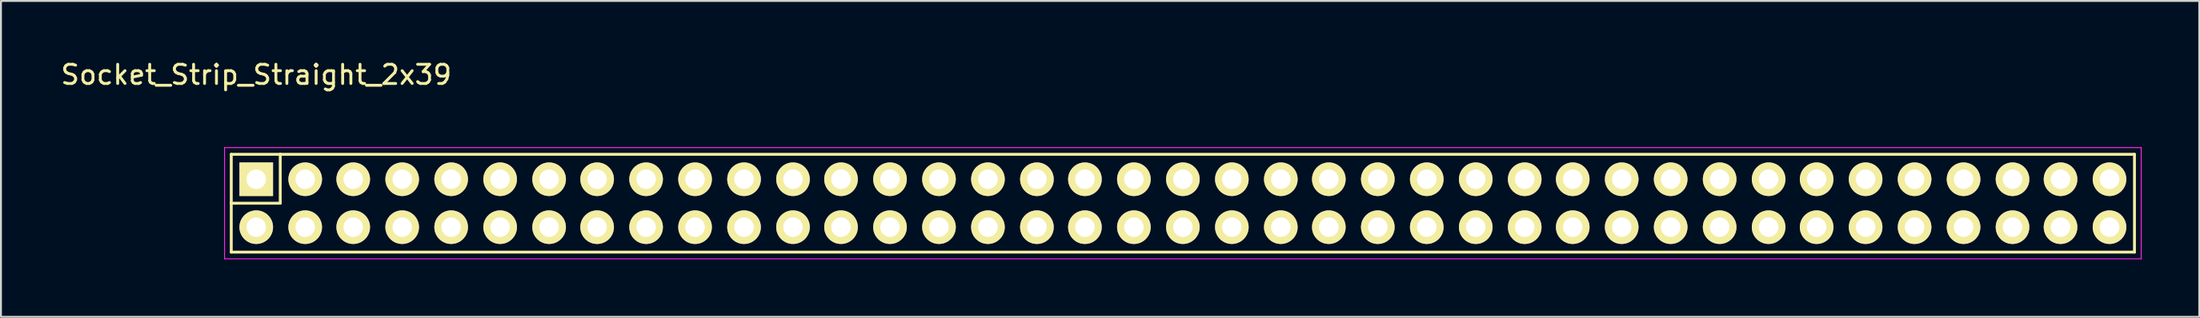
<source format=kicad_pcb>
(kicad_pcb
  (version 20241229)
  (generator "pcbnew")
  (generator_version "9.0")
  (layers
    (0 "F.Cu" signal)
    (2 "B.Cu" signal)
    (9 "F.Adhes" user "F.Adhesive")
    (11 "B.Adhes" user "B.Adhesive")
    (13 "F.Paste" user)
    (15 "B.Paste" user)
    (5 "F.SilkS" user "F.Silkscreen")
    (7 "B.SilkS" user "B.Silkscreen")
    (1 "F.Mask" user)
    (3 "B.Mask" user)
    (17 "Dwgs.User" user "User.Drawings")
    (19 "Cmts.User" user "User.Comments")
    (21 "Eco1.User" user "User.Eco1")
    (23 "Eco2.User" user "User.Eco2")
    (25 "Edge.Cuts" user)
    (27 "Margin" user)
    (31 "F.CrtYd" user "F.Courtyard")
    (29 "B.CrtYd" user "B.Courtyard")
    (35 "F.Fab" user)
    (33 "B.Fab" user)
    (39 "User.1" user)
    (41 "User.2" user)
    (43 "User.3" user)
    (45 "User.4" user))
  (footprint "Socket_Strip_Straight_2x39"
    (layer "F.Cu")
    (at 10.292 6.298)
    (property "Reference" "Socket_Strip_Straight_2x39" (at 0 -5.45 0) (layer "F.SilkS") (effects (font (size 1 1) (thickness 0.15))))
    (attr through_hole)
    (fp_line (start -1.3 -1.3) (end -1.3 1.25) (stroke (width 0.15) (type solid)) (layer "F.SilkS"))
    (fp_line (start -1.3 -1.3) (end 1.25 -1.3) (stroke (width 0.15) (type solid)) (layer "F.SilkS"))
    (fp_line (start -1.3 1.25) (end 1.25 1.25) (stroke (width 0.15) (type solid)) (layer "F.SilkS"))
    (fp_line (start -1.3 3.8) (end -1.3 1.25) (stroke (width 0.15) (type solid)) (layer "F.SilkS"))
    (fp_line (start -1.3 3.8) (end 97.8 3.8) (stroke (width 0.15) (type solid)) (layer "F.SilkS"))
    (fp_line (start 1.25 1.25) (end 1.25 -1.3) (stroke (width 0.15) (type solid)) (layer "F.SilkS"))
    (fp_line (start 97.8 -1.3) (end 1.25 -1.3) (stroke (width 0.15) (type solid)) (layer "F.SilkS"))
    (fp_line (start 97.8 3.8) (end 97.8 -1.3) (stroke (width 0.15) (type solid)) (layer "F.SilkS"))
    (fp_line (start -1.65 -1.65) (end -1.65 4.15) (stroke (width 0.05) (type solid)) (layer "F.CrtYd"))
    (fp_line (start -1.65 -1.65) (end 98.15 -1.65) (stroke (width 0.05) (type solid)) (layer "F.CrtYd"))
    (fp_line (start -1.65 4.15) (end 98.15 4.15) (stroke (width 0.05) (type solid)) (layer "F.CrtYd"))
    (fp_line (start 98.15 -1.65) (end 98.15 4.15) (stroke (width 0.05) (type solid)) (layer "F.CrtYd"))
    (pad "1" thru_hole rect (at 0 0) (size 1.75 1.75) (drill 1.016) (layers "*.Cu" "*.Mask" "F.SilkS"))
    (pad "2" thru_hole oval (at 0 2.5) (size 1.75 1.75) (drill 1.016) (layers "*.Cu" "*.Mask" "F.SilkS"))
    (pad "3" thru_hole oval (at 2.55 0) (size 1.75 1.75) (drill 1.016) (layers "*.Cu" "*.Mask" "F.SilkS"))
    (pad "4" thru_hole oval (at 2.55 2.5) (size 1.75 1.75) (drill 1.016) (layers "*.Cu" "*.Mask" "F.SilkS"))
    (pad "5" thru_hole oval (at 5.05 0) (size 1.75 1.75) (drill 1.016) (layers "*.Cu" "*.Mask" "F.SilkS"))
    (pad "6" thru_hole oval (at 5.05 2.5) (size 1.75 1.75) (drill 1.016) (layers "*.Cu" "*.Mask" "F.SilkS"))
    (pad "7" thru_hole oval (at 7.6 0) (size 1.75 1.75) (drill 1.016) (layers "*.Cu" "*.Mask" "F.SilkS"))
    (pad "8" thru_hole oval (at 7.6 2.5) (size 1.75 1.75) (drill 1.016) (layers "*.Cu" "*.Mask" "F.SilkS"))
    (pad "9" thru_hole oval (at 10.15 0) (size 1.75 1.75) (drill 1.016) (layers "*.Cu" "*.Mask" "F.SilkS"))
    (pad "10" thru_hole oval (at 10.15 2.5) (size 1.75 1.75) (drill 1.016) (layers "*.Cu" "*.Mask" "F.SilkS"))
    (pad "11" thru_hole oval (at 12.7 0) (size 1.75 1.75) (drill 1.016) (layers "*.Cu" "*.Mask" "F.SilkS"))
    (pad "12" thru_hole oval (at 12.7 2.5) (size 1.75 1.75) (drill 1.016) (layers "*.Cu" "*.Mask" "F.SilkS"))
    (pad "13" thru_hole oval (at 15.25 0) (size 1.75 1.75) (drill 1.016) (layers "*.Cu" "*.Mask" "F.SilkS"))
    (pad "14" thru_hole oval (at 15.25 2.5) (size 1.75 1.75) (drill 1.016) (layers "*.Cu" "*.Mask" "F.SilkS"))
    (pad "15" thru_hole oval (at 17.75 0) (size 1.75 1.75) (drill 1.016) (layers "*.Cu" "*.Mask" "F.SilkS"))
    (pad "16" thru_hole oval (at 17.75 2.5) (size 1.75 1.75) (drill 1.016) (layers "*.Cu" "*.Mask" "F.SilkS"))
    (pad "17" thru_hole oval (at 20.3 0) (size 1.75 1.75) (drill 1.016) (layers "*.Cu" "*.Mask" "F.SilkS"))
    (pad "18" thru_hole oval (at 20.3 2.5) (size 1.75 1.75) (drill 1.016) (layers "*.Cu" "*.Mask" "F.SilkS"))
    (pad "19" thru_hole oval (at 22.85 0) (size 1.75 1.75) (drill 1.016) (layers "*.Cu" "*.Mask" "F.SilkS"))
    (pad "20" thru_hole oval (at 22.85 2.5) (size 1.75 1.75) (drill 1.016) (layers "*.Cu" "*.Mask" "F.SilkS"))
    (pad "21" thru_hole oval (at 25.4 0) (size 1.75 1.75) (drill 1.016) (layers "*.Cu" "*.Mask" "F.SilkS"))
    (pad "22" thru_hole oval (at 25.4 2.5) (size 1.75 1.75) (drill 1.016) (layers "*.Cu" "*.Mask" "F.SilkS"))
    (pad "23" thru_hole oval (at 27.95 0) (size 1.75 1.75) (drill 1.016) (layers "*.Cu" "*.Mask" "F.SilkS"))
    (pad "24" thru_hole oval (at 27.95 2.5) (size 1.75 1.75) (drill 1.016) (layers "*.Cu" "*.Mask" "F.SilkS"))
    (pad "25" thru_hole oval (at 30.45 0) (size 1.75 1.75) (drill 1.016) (layers "*.Cu" "*.Mask" "F.SilkS"))
    (pad "26" thru_hole oval (at 30.45 2.5) (size 1.75 1.75) (drill 1.016) (layers "*.Cu" "*.Mask" "F.SilkS"))
    (pad "27" thru_hole oval (at 33 0) (size 1.75 1.75) (drill 1.016) (layers "*.Cu" "*.Mask" "F.SilkS"))
    (pad "28" thru_hole oval (at 33 2.5) (size 1.75 1.75) (drill 1.016) (layers "*.Cu" "*.Mask" "F.SilkS"))
    (pad "29" thru_hole oval (at 35.55 0) (size 1.75 1.75) (drill 1.016) (layers "*.Cu" "*.Mask" "F.SilkS"))
    (pad "30" thru_hole oval (at 35.55 2.5) (size 1.75 1.75) (drill 1.016) (layers "*.Cu" "*.Mask" "F.SilkS"))
    (pad "31" thru_hole oval (at 38.1 0) (size 1.75 1.75) (drill 1.016) (layers "*.Cu" "*.Mask" "F.SilkS"))
    (pad "32" thru_hole oval (at 38.1 2.5) (size 1.75 1.75) (drill 1.016) (layers "*.Cu" "*.Mask" "F.SilkS"))
    (pad "33" thru_hole oval (at 40.65 0) (size 1.75 1.75) (drill 1.016) (layers "*.Cu" "*.Mask" "F.SilkS"))
    (pad "34" thru_hole oval (at 40.65 2.5) (size 1.75 1.75) (drill 1.016) (layers "*.Cu" "*.Mask" "F.SilkS"))
    (pad "35" thru_hole oval (at 43.15 0) (size 1.75 1.75) (drill 1.016) (layers "*.Cu" "*.Mask" "F.SilkS"))
    (pad "36" thru_hole oval (at 43.15 2.5) (size 1.75 1.75) (drill 1.016) (layers "*.Cu" "*.Mask" "F.SilkS"))
    (pad "37" thru_hole oval (at 45.7 0) (size 1.75 1.75) (drill 1.016) (layers "*.Cu" "*.Mask" "F.SilkS"))
    (pad "38" thru_hole oval (at 45.7 2.5) (size 1.75 1.75) (drill 1.016) (layers "*.Cu" "*.Mask" "F.SilkS"))
    (pad "39" thru_hole oval (at 48.25 0) (size 1.75 1.75) (drill 1.016) (layers "*.Cu" "*.Mask" "F.SilkS"))
    (pad "40" thru_hole oval (at 48.25 2.5) (size 1.75 1.75) (drill 1.016) (layers "*.Cu" "*.Mask" "F.SilkS"))
    (pad "41" thru_hole oval (at 50.8 0) (size 1.75 1.75) (drill 1.016) (layers "*.Cu" "*.Mask" "F.SilkS"))
    (pad "42" thru_hole oval (at 50.8 2.5) (size 1.75 1.75) (drill 1.016) (layers "*.Cu" "*.Mask" "F.SilkS"))
    (pad "43" thru_hole oval (at 53.35 0) (size 1.75 1.75) (drill 1.016) (layers "*.Cu" "*.Mask" "F.SilkS"))
    (pad "44" thru_hole oval (at 53.35 2.5) (size 1.75 1.75) (drill 1.016) (layers "*.Cu" "*.Mask" "F.SilkS"))
    (pad "45" thru_hole oval (at 55.85 0) (size 1.75 1.75) (drill 1.016) (layers "*.Cu" "*.Mask" "F.SilkS"))
    (pad "46" thru_hole oval (at 55.85 2.5) (size 1.75 1.75) (drill 1.016) (layers "*.Cu" "*.Mask" "F.SilkS"))
    (pad "47" thru_hole oval (at 58.4 0) (size 1.75 1.75) (drill 1.016) (layers "*.Cu" "*.Mask" "F.SilkS"))
    (pad "48" thru_hole oval (at 58.4 2.5) (size 1.75 1.75) (drill 1.016) (layers "*.Cu" "*.Mask" "F.SilkS"))
    (pad "49" thru_hole oval (at 60.95 0) (size 1.75 1.75) (drill 1.016) (layers "*.Cu" "*.Mask" "F.SilkS"))
    (pad "50" thru_hole oval (at 60.95 2.5) (size 1.75 1.75) (drill 1.016) (layers "*.Cu" "*.Mask" "F.SilkS"))
    (pad "51" thru_hole oval (at 63.5 0) (size 1.75 1.75) (drill 1.016) (layers "*.Cu" "*.Mask" "F.SilkS"))
    (pad "52" thru_hole oval (at 63.5 2.5) (size 1.75 1.75) (drill 1.016) (layers "*.Cu" "*.Mask" "F.SilkS"))
    (pad "53" thru_hole oval (at 66.05 0) (size 1.75 1.75) (drill 1.016) (layers "*.Cu" "*.Mask" "F.SilkS"))
    (pad "54" thru_hole oval (at 66.05 2.5) (size 1.75 1.75) (drill 1.016) (layers "*.Cu" "*.Mask" "F.SilkS"))
    (pad "55" thru_hole oval (at 68.55 0) (size 1.75 1.75) (drill 1.016) (layers "*.Cu" "*.Mask" "F.SilkS"))
    (pad "56" thru_hole oval (at 68.55 2.5) (size 1.75 1.75) (drill 1.016) (layers "*.Cu" "*.Mask" "F.SilkS"))
    (pad "57" thru_hole oval (at 71.1 0) (size 1.75 1.75) (drill 1.016) (layers "*.Cu" "*.Mask" "F.SilkS"))
    (pad "58" thru_hole oval (at 71.1 2.5) (size 1.75 1.75) (drill 1.016) (layers "*.Cu" "*.Mask" "F.SilkS"))
    (pad "59" thru_hole oval (at 73.65 0) (size 1.75 1.75) (drill 1.016) (layers "*.Cu" "*.Mask" "F.SilkS"))
    (pad "60" thru_hole oval (at 73.65 2.5) (size 1.75 1.75) (drill 1.016) (layers "*.Cu" "*.Mask" "F.SilkS"))
    (pad "61" thru_hole oval (at 76.2 0) (size 1.75 1.75) (drill 1.016) (layers "*.Cu" "*.Mask" "F.SilkS"))
    (pad "62" thru_hole oval (at 76.2 2.5) (size 1.75 1.75) (drill 1.016) (layers "*.Cu" "*.Mask" "F.SilkS"))
    (pad "63" thru_hole oval (at 78.75 0) (size 1.75 1.75) (drill 1.016) (layers "*.Cu" "*.Mask" "F.SilkS"))
    (pad "64" thru_hole oval (at 78.75 2.5) (size 1.75 1.75) (drill 1.016) (layers "*.Cu" "*.Mask" "F.SilkS"))
    (pad "65" thru_hole oval (at 81.25 0) (size 1.75 1.75) (drill 1.016) (layers "*.Cu" "*.Mask" "F.SilkS"))
    (pad "66" thru_hole oval (at 81.25 2.5) (size 1.75 1.75) (drill 1.016) (layers "*.Cu" "*.Mask" "F.SilkS"))
    (pad "67" thru_hole oval (at 83.8 0) (size 1.75 1.75) (drill 1.016) (layers "*.Cu" "*.Mask" "F.SilkS"))
    (pad "68" thru_hole oval (at 83.8 2.5) (size 1.75 1.75) (drill 1.016) (layers "*.Cu" "*.Mask" "F.SilkS"))
    (pad "69" thru_hole oval (at 86.35 0) (size 1.75 1.75) (drill 1.016) (layers "*.Cu" "*.Mask" "F.SilkS"))
    (pad "70" thru_hole oval (at 86.35 2.5) (size 1.75 1.75) (drill 1.016) (layers "*.Cu" "*.Mask" "F.SilkS"))
    (pad "71" thru_hole oval (at 88.9 0) (size 1.75 1.75) (drill 1.016) (layers "*.Cu" "*.Mask" "F.SilkS"))
    (pad "72" thru_hole oval (at 88.9 2.5) (size 1.75 1.75) (drill 1.016) (layers "*.Cu" "*.Mask" "F.SilkS"))
    (pad "73" thru_hole oval (at 91.45 0) (size 1.75 1.75) (drill 1.016) (layers "*.Cu" "*.Mask" "F.SilkS"))
    (pad "74" thru_hole oval (at 91.45 2.5) (size 1.75 1.75) (drill 1.016) (layers "*.Cu" "*.Mask" "F.SilkS"))
    (pad "75" thru_hole oval (at 93.95 0) (size 1.75 1.75) (drill 1.016) (layers "*.Cu" "*.Mask" "F.SilkS"))
    (pad "76" thru_hole oval (at 93.95 2.5) (size 1.75 1.75) (drill 1.016) (layers "*.Cu" "*.Mask" "F.SilkS"))
    (pad "77" thru_hole oval (at 96.5 0) (size 1.75 1.75) (drill 1.016) (layers "*.Cu" "*.Mask" "F.SilkS"))
    (pad "78" thru_hole oval (at 96.5 2.5) (size 1.75 1.75) (drill 1.016) (layers "*.Cu" "*.Mask" "F.SilkS")))
  (gr_rect
    (start -3 -3)
    (end 111.467 13.473)
    (stroke (width 0.1) (type default))
    (fill no)
    (layer "Edge.Cuts")))
</source>
